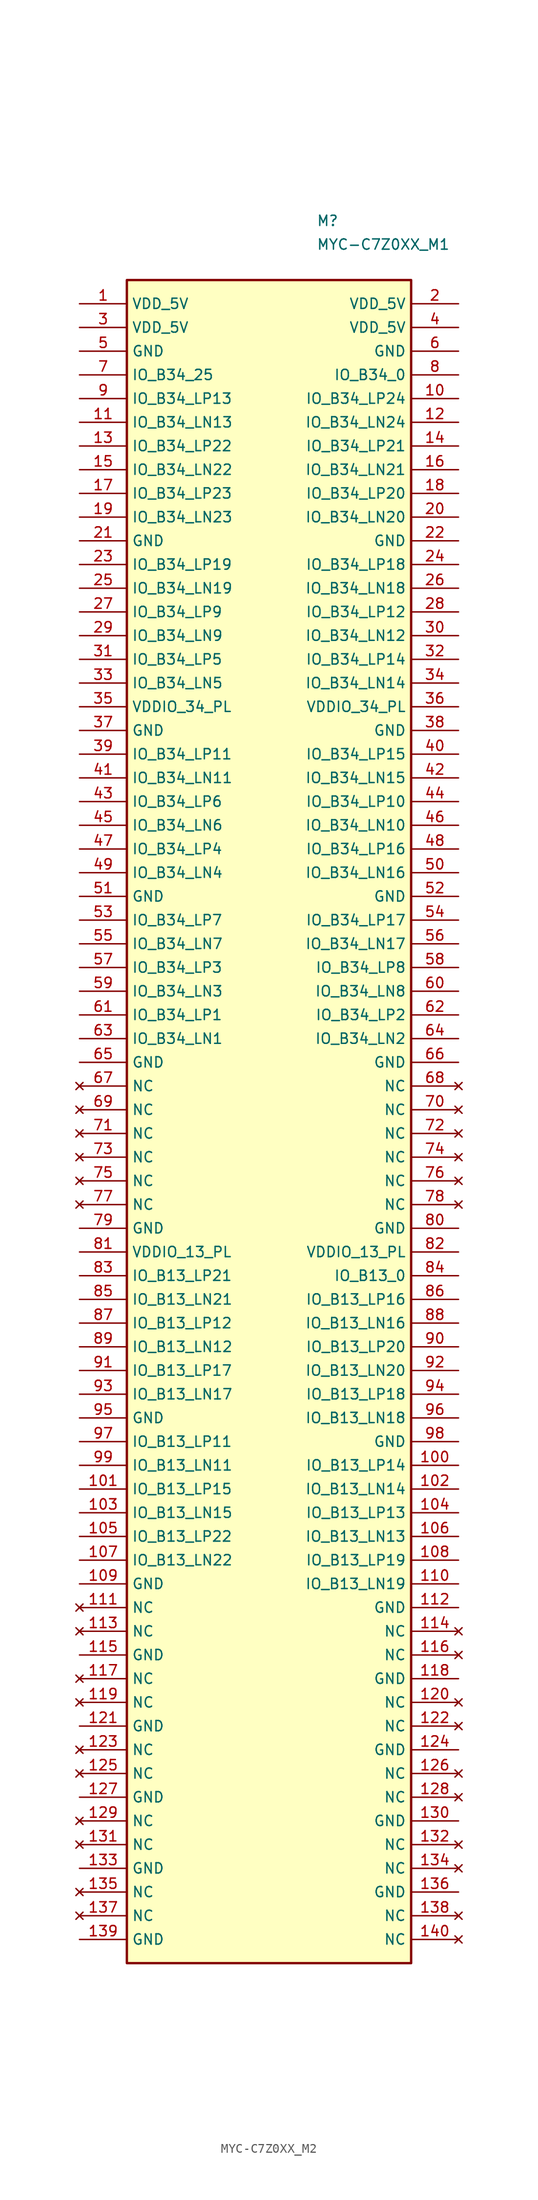
<source format=kicad_sym>
(kicad_symbol_lib
  (version 20231120)
  (generator "kicad_symbol_editor")
  (generator_version "8.0")
  (symbol "MYC-C7Z0XX_M2"
    (property "Reference" "M"
      (at 5.08 6.35 0)
      (effects (font (size 1.1 1.1)) (justify left)))
    (property "Value" "MYC-C7Z0XX_M1"
      (at 5.08 3.81 0)
      (effects (font (size 1.1 1.1)) (justify left)))
    (symbol "MYC-C7Z0XX_M2_1_1"
      (rectangle (start -15.24 0) (end 15.24 -180.34) (stroke (width 0.254) (type solid)) (fill (type background)))
      (pin power_in line (at -20.32 -2.54 0) (length 5.08) (name "VDD_5V" (effects (font (size 1.1 1.1)))) (number "1" (effects (font (size 1.1 1.1)))))
      (pin bidirectional line (at 20.32 -12.7 180) (length 5.08) (name "IO_B34_LP24" (effects (font (size 1.1 1.1)))) (number "10" (effects (font (size 1.1 1.1)))))
      (pin bidirectional line (at 20.32 -127 180) (length 5.08) (name "IO_B13_LP14" (effects (font (size 1.1 1.1)))) (number "100" (effects (font (size 1.1 1.1)))))
      (pin bidirectional line (at -20.32 -129.54 0) (length 5.08) (name "IO_B13_LP15" (effects (font (size 1.1 1.1)))) (number "101" (effects (font (size 1.1 1.1)))))
      (pin bidirectional line (at 20.32 -129.54 180) (length 5.08) (name "IO_B13_LN14" (effects (font (size 1.1 1.1)))) (number "102" (effects (font (size 1.1 1.1)))))
      (pin bidirectional line (at -20.32 -132.08 0) (length 5.08) (name "IO_B13_LN15" (effects (font (size 1.1 1.1)))) (number "103" (effects (font (size 1.1 1.1)))))
      (pin bidirectional line (at 20.32 -132.08 180) (length 5.08) (name "IO_B13_LP13" (effects (font (size 1.1 1.1)))) (number "104" (effects (font (size 1.1 1.1)))))
      (pin bidirectional line (at -20.32 -134.62 0) (length 5.08) (name "IO_B13_LP22" (effects (font (size 1.1 1.1)))) (number "105" (effects (font (size 1.1 1.1)))))
      (pin bidirectional line (at 20.32 -134.62 180) (length 5.08) (name "IO_B13_LN13" (effects (font (size 1.1 1.1)))) (number "106" (effects (font (size 1.1 1.1)))))
      (pin bidirectional line (at -20.32 -137.16 0) (length 5.08) (name "IO_B13_LN22" (effects (font (size 1.1 1.1)))) (number "107" (effects (font (size 1.1 1.1)))))
      (pin bidirectional line (at 20.32 -137.16 180) (length 5.08) (name "IO_B13_LP19" (effects (font (size 1.1 1.1)))) (number "108" (effects (font (size 1.1 1.1)))))
      (pin power_in line (at -20.32 -139.7 0) (length 5.08) (name "GND" (effects (font (size 1.1 1.1)))) (number "109" (effects (font (size 1.1 1.1)))))
      (pin bidirectional line (at -20.32 -15.24 0) (length 5.08) (name "IO_B34_LN13" (effects (font (size 1.1 1.1)))) (number "11" (effects (font (size 1.1 1.1)))))
      (pin bidirectional line (at 20.32 -139.7 180) (length 5.08) (name "IO_B13_LN19" (effects (font (size 1.1 1.1)))) (number "110" (effects (font (size 1.1 1.1)))))
      (pin no_connect line (at -20.32 -142.24 0) (length 5.08) (name "NC" (effects (font (size 1.1 1.1)))) (number "111" (effects (font (size 1.1 1.1)))))
      (pin power_in line (at 20.32 -142.24 180) (length 5.08) (name "GND" (effects (font (size 1.1 1.1)))) (number "112" (effects (font (size 1.1 1.1)))))
      (pin no_connect line (at -20.32 -144.78 0) (length 5.08) (name "NC" (effects (font (size 1.1 1.1)))) (number "113" (effects (font (size 1.1 1.1)))))
      (pin no_connect line (at 20.32 -144.78 180) (length 5.08) (name "NC" (effects (font (size 1.1 1.1)))) (number "114" (effects (font (size 1.1 1.1)))))
      (pin power_in line (at -20.32 -147.32 0) (length 5.08) (name "GND" (effects (font (size 1.1 1.1)))) (number "115" (effects (font (size 1.1 1.1)))))
      (pin no_connect line (at 20.32 -147.32 180) (length 5.08) (name "NC" (effects (font (size 1.1 1.1)))) (number "116" (effects (font (size 1.1 1.1)))))
      (pin no_connect line (at -20.32 -149.86 0) (length 5.08) (name "NC" (effects (font (size 1.1 1.1)))) (number "117" (effects (font (size 1.1 1.1)))))
      (pin power_in line (at 20.32 -149.86 180) (length 5.08) (name "GND" (effects (font (size 1.1 1.1)))) (number "118" (effects (font (size 1.1 1.1)))))
      (pin no_connect line (at -20.32 -152.4 0) (length 5.08) (name "NC" (effects (font (size 1.1 1.1)))) (number "119" (effects (font (size 1.1 1.1)))))
      (pin bidirectional line (at 20.32 -15.24 180) (length 5.08) (name "IO_B34_LN24" (effects (font (size 1.1 1.1)))) (number "12" (effects (font (size 1.1 1.1)))))
      (pin no_connect line (at 20.32 -152.4 180) (length 5.08) (name "NC" (effects (font (size 1.1 1.1)))) (number "120" (effects (font (size 1.1 1.1)))))
      (pin power_in line (at -20.32 -154.94 0) (length 5.08) (name "GND" (effects (font (size 1.1 1.1)))) (number "121" (effects (font (size 1.1 1.1)))))
      (pin no_connect line (at 20.32 -154.94 180) (length 5.08) (name "NC" (effects (font (size 1.1 1.1)))) (number "122" (effects (font (size 1.1 1.1)))))
      (pin no_connect line (at -20.32 -157.48 0) (length 5.08) (name "NC" (effects (font (size 1.1 1.1)))) (number "123" (effects (font (size 1.1 1.1)))))
      (pin power_in line (at 20.32 -157.48 180) (length 5.08) (name "GND" (effects (font (size 1.1 1.1)))) (number "124" (effects (font (size 1.1 1.1)))))
      (pin no_connect line (at -20.32 -160.02 0) (length 5.08) (name "NC" (effects (font (size 1.1 1.1)))) (number "125" (effects (font (size 1.1 1.1)))))
      (pin no_connect line (at 20.32 -160.02 180) (length 5.08) (name "NC" (effects (font (size 1.1 1.1)))) (number "126" (effects (font (size 1.1 1.1)))))
      (pin power_in line (at -20.32 -162.56 0) (length 5.08) (name "GND" (effects (font (size 1.1 1.1)))) (number "127" (effects (font (size 1.1 1.1)))))
      (pin no_connect line (at 20.32 -162.56 180) (length 5.08) (name "NC" (effects (font (size 1.1 1.1)))) (number "128" (effects (font (size 1.1 1.1)))))
      (pin no_connect line (at -20.32 -165.1 0) (length 5.08) (name "NC" (effects (font (size 1.1 1.1)))) (number "129" (effects (font (size 1.1 1.1)))))
      (pin bidirectional line (at -20.32 -17.78 0) (length 5.08) (name "IO_B34_LP22" (effects (font (size 1.1 1.1)))) (number "13" (effects (font (size 1.1 1.1)))))
      (pin power_in line (at 20.32 -165.1 180) (length 5.08) (name "GND" (effects (font (size 1.1 1.1)))) (number "130" (effects (font (size 1.1 1.1)))))
      (pin no_connect line (at -20.32 -167.64 0) (length 5.08) (name "NC" (effects (font (size 1.1 1.1)))) (number "131" (effects (font (size 1.1 1.1)))))
      (pin no_connect line (at 20.32 -167.64 180) (length 5.08) (name "NC" (effects (font (size 1.1 1.1)))) (number "132" (effects (font (size 1.1 1.1)))))
      (pin power_in line (at -20.32 -170.18 0) (length 5.08) (name "GND" (effects (font (size 1.1 1.1)))) (number "133" (effects (font (size 1.1 1.1)))))
      (pin no_connect line (at 20.32 -170.18 180) (length 5.08) (name "NC" (effects (font (size 1.1 1.1)))) (number "134" (effects (font (size 1.1 1.1)))))
      (pin no_connect line (at -20.32 -172.72 0) (length 5.08) (name "NC" (effects (font (size 1.1 1.1)))) (number "135" (effects (font (size 1.1 1.1)))))
      (pin power_in line (at 20.32 -172.72 180) (length 5.08) (name "GND" (effects (font (size 1.1 1.1)))) (number "136" (effects (font (size 1.1 1.1)))))
      (pin no_connect line (at -20.32 -175.26 0) (length 5.08) (name "NC" (effects (font (size 1.1 1.1)))) (number "137" (effects (font (size 1.1 1.1)))))
      (pin no_connect line (at 20.32 -175.26 180) (length 5.08) (name "NC" (effects (font (size 1.1 1.1)))) (number "138" (effects (font (size 1.1 1.1)))))
      (pin power_in line (at -20.32 -177.8 0) (length 5.08) (name "GND" (effects (font (size 1.1 1.1)))) (number "139" (effects (font (size 1.1 1.1)))))
      (pin bidirectional line (at 20.32 -17.78 180) (length 5.08) (name "IO_B34_LP21" (effects (font (size 1.1 1.1)))) (number "14" (effects (font (size 1.1 1.1)))))
      (pin no_connect line (at 20.32 -177.8 180) (length 5.08) (name "NC" (effects (font (size 1.1 1.1)))) (number "140" (effects (font (size 1.1 1.1)))))
      (pin bidirectional line (at -20.32 -20.32 0) (length 5.08) (name "IO_B34_LN22" (effects (font (size 1.1 1.1)))) (number "15" (effects (font (size 1.1 1.1)))))
      (pin bidirectional line (at 20.32 -20.32 180) (length 5.08) (name "IO_B34_LN21" (effects (font (size 1.1 1.1)))) (number "16" (effects (font (size 1.1 1.1)))))
      (pin bidirectional line (at -20.32 -22.86 0) (length 5.08) (name "IO_B34_LP23" (effects (font (size 1.1 1.1)))) (number "17" (effects (font (size 1.1 1.1)))))
      (pin bidirectional line (at 20.32 -22.86 180) (length 5.08) (name "IO_B34_LP20" (effects (font (size 1.1 1.1)))) (number "18" (effects (font (size 1.1 1.1)))))
      (pin bidirectional line (at -20.32 -25.4 0) (length 5.08) (name "IO_B34_LN23" (effects (font (size 1.1 1.1)))) (number "19" (effects (font (size 1.1 1.1)))))
      (pin power_in line (at 20.32 -2.54 180) (length 5.08) (name "VDD_5V" (effects (font (size 1.1 1.1)))) (number "2" (effects (font (size 1.1 1.1)))))
      (pin bidirectional line (at 20.32 -25.4 180) (length 5.08) (name "IO_B34_LN20" (effects (font (size 1.1 1.1)))) (number "20" (effects (font (size 1.1 1.1)))))
      (pin power_in line (at -20.32 -27.94 0) (length 5.08) (name "GND" (effects (font (size 1.1 1.1)))) (number "21" (effects (font (size 1.1 1.1)))))
      (pin power_in line (at 20.32 -27.94 180) (length 5.08) (name "GND" (effects (font (size 1.1 1.1)))) (number "22" (effects (font (size 1.1 1.1)))))
      (pin bidirectional line (at -20.32 -30.48 0) (length 5.08) (name "IO_B34_LP19" (effects (font (size 1.1 1.1)))) (number "23" (effects (font (size 1.1 1.1)))))
      (pin bidirectional line (at 20.32 -30.48 180) (length 5.08) (name "IO_B34_LP18" (effects (font (size 1.1 1.1)))) (number "24" (effects (font (size 1.1 1.1)))))
      (pin bidirectional line (at -20.32 -33.02 0) (length 5.08) (name "IO_B34_LN19" (effects (font (size 1.1 1.1)))) (number "25" (effects (font (size 1.1 1.1)))))
      (pin bidirectional line (at 20.32 -33.02 180) (length 5.08) (name "IO_B34_LN18" (effects (font (size 1.1 1.1)))) (number "26" (effects (font (size 1.1 1.1)))))
      (pin bidirectional line (at -20.32 -35.56 0) (length 5.08) (name "IO_B34_LP9" (effects (font (size 1.1 1.1)))) (number "27" (effects (font (size 1.1 1.1)))))
      (pin bidirectional line (at 20.32 -35.56 180) (length 5.08) (name "IO_B34_LP12" (effects (font (size 1.1 1.1)))) (number "28" (effects (font (size 1.1 1.1)))))
      (pin bidirectional line (at -20.32 -38.1 0) (length 5.08) (name "IO_B34_LN9" (effects (font (size 1.1 1.1)))) (number "29" (effects (font (size 1.1 1.1)))))
      (pin power_in line (at -20.32 -5.08 0) (length 5.08) (name "VDD_5V" (effects (font (size 1.1 1.1)))) (number "3" (effects (font (size 1.1 1.1)))))
      (pin bidirectional line (at 20.32 -38.1 180) (length 5.08) (name "IO_B34_LN12" (effects (font (size 1.1 1.1)))) (number "30" (effects (font (size 1.1 1.1)))))
      (pin bidirectional line (at -20.32 -40.64 0) (length 5.08) (name "IO_B34_LP5" (effects (font (size 1.1 1.1)))) (number "31" (effects (font (size 1.1 1.1)))))
      (pin bidirectional line (at 20.32 -40.64 180) (length 5.08) (name "IO_B34_LP14" (effects (font (size 1.1 1.1)))) (number "32" (effects (font (size 1.1 1.1)))))
      (pin bidirectional line (at -20.32 -43.18 0) (length 5.08) (name "IO_B34_LN5" (effects (font (size 1.1 1.1)))) (number "33" (effects (font (size 1.1 1.1)))))
      (pin bidirectional line (at 20.32 -43.18 180) (length 5.08) (name "IO_B34_LN14" (effects (font (size 1.1 1.1)))) (number "34" (effects (font (size 1.1 1.1)))))
      (pin power_in line (at -20.32 -45.72 0) (length 5.08) (name "VDDIO_34_PL" (effects (font (size 1.1 1.1)))) (number "35" (effects (font (size 1.1 1.1)))))
      (pin power_in line (at 20.32 -45.72 180) (length 5.08) (name "VDDIO_34_PL" (effects (font (size 1.1 1.1)))) (number "36" (effects (font (size 1.1 1.1)))))
      (pin power_in line (at -20.32 -48.26 0) (length 5.08) (name "GND" (effects (font (size 1.1 1.1)))) (number "37" (effects (font (size 1.1 1.1)))))
      (pin power_in line (at 20.32 -48.26 180) (length 5.08) (name "GND" (effects (font (size 1.1 1.1)))) (number "38" (effects (font (size 1.1 1.1)))))
      (pin bidirectional line (at -20.32 -50.8 0) (length 5.08) (name "IO_B34_LP11" (effects (font (size 1.1 1.1)))) (number "39" (effects (font (size 1.1 1.1)))))
      (pin power_in line (at 20.32 -5.08 180) (length 5.08) (name "VDD_5V" (effects (font (size 1.1 1.1)))) (number "4" (effects (font (size 1.1 1.1)))))
      (pin bidirectional line (at 20.32 -50.8 180) (length 5.08) (name "IO_B34_LP15" (effects (font (size 1.1 1.1)))) (number "40" (effects (font (size 1.1 1.1)))))
      (pin bidirectional line (at -20.32 -53.34 0) (length 5.08) (name "IO_B34_LN11" (effects (font (size 1.1 1.1)))) (number "41" (effects (font (size 1.1 1.1)))))
      (pin bidirectional line (at 20.32 -53.34 180) (length 5.08) (name "IO_B34_LN15" (effects (font (size 1.1 1.1)))) (number "42" (effects (font (size 1.1 1.1)))))
      (pin bidirectional line (at -20.32 -55.88 0) (length 5.08) (name "IO_B34_LP6" (effects (font (size 1.1 1.1)))) (number "43" (effects (font (size 1.1 1.1)))))
      (pin bidirectional line (at 20.32 -55.88 180) (length 5.08) (name "IO_B34_LP10" (effects (font (size 1.1 1.1)))) (number "44" (effects (font (size 1.1 1.1)))))
      (pin bidirectional line (at -20.32 -58.42 0) (length 5.08) (name "IO_B34_LN6" (effects (font (size 1.1 1.1)))) (number "45" (effects (font (size 1.1 1.1)))))
      (pin bidirectional line (at 20.32 -58.42 180) (length 5.08) (name "IO_B34_LN10" (effects (font (size 1.1 1.1)))) (number "46" (effects (font (size 1.1 1.1)))))
      (pin bidirectional line (at -20.32 -60.96 0) (length 5.08) (name "IO_B34_LP4" (effects (font (size 1.1 1.1)))) (number "47" (effects (font (size 1.1 1.1)))))
      (pin bidirectional line (at 20.32 -60.96 180) (length 5.08) (name "IO_B34_LP16" (effects (font (size 1.1 1.1)))) (number "48" (effects (font (size 1.1 1.1)))))
      (pin bidirectional line (at -20.32 -63.5 0) (length 5.08) (name "IO_B34_LN4" (effects (font (size 1.1 1.1)))) (number "49" (effects (font (size 1.1 1.1)))))
      (pin power_in line (at -20.32 -7.62 0) (length 5.08) (name "GND" (effects (font (size 1.1 1.1)))) (number "5" (effects (font (size 1.1 1.1)))))
      (pin bidirectional line (at 20.32 -63.5 180) (length 5.08) (name "IO_B34_LN16" (effects (font (size 1.1 1.1)))) (number "50" (effects (font (size 1.1 1.1)))))
      (pin power_in line (at -20.32 -66.04 0) (length 5.08) (name "GND" (effects (font (size 1.1 1.1)))) (number "51" (effects (font (size 1.1 1.1)))))
      (pin power_in line (at 20.32 -66.04 180) (length 5.08) (name "GND" (effects (font (size 1.1 1.1)))) (number "52" (effects (font (size 1.1 1.1)))))
      (pin bidirectional line (at -20.32 -68.58 0) (length 5.08) (name "IO_B34_LP7" (effects (font (size 1.1 1.1)))) (number "53" (effects (font (size 1.1 1.1)))))
      (pin bidirectional line (at 20.32 -68.58 180) (length 5.08) (name "IO_B34_LP17" (effects (font (size 1.1 1.1)))) (number "54" (effects (font (size 1.1 1.1)))))
      (pin bidirectional line (at -20.32 -71.12 0) (length 5.08) (name "IO_B34_LN7" (effects (font (size 1.1 1.1)))) (number "55" (effects (font (size 1.1 1.1)))))
      (pin bidirectional line (at 20.32 -71.12 180) (length 5.08) (name "IO_B34_LN17" (effects (font (size 1.1 1.1)))) (number "56" (effects (font (size 1.1 1.1)))))
      (pin bidirectional line (at -20.32 -73.66 0) (length 5.08) (name "IO_B34_LP3" (effects (font (size 1.1 1.1)))) (number "57" (effects (font (size 1.1 1.1)))))
      (pin bidirectional line (at 20.32 -73.66 180) (length 5.08) (name "IO_B34_LP8" (effects (font (size 1.1 1.1)))) (number "58" (effects (font (size 1.1 1.1)))))
      (pin bidirectional line (at -20.32 -76.2 0) (length 5.08) (name "IO_B34_LN3" (effects (font (size 1.1 1.1)))) (number "59" (effects (font (size 1.1 1.1)))))
      (pin power_in line (at 20.32 -7.62 180) (length 5.08) (name "GND" (effects (font (size 1.1 1.1)))) (number "6" (effects (font (size 1.1 1.1)))))
      (pin bidirectional line (at 20.32 -76.2 180) (length 5.08) (name "IO_B34_LN8" (effects (font (size 1.1 1.1)))) (number "60" (effects (font (size 1.1 1.1)))))
      (pin bidirectional line (at -20.32 -78.74 0) (length 5.08) (name "IO_B34_LP1" (effects (font (size 1.1 1.1)))) (number "61" (effects (font (size 1.1 1.1)))))
      (pin bidirectional line (at 20.32 -78.74 180) (length 5.08) (name "IO_B34_LP2" (effects (font (size 1.1 1.1)))) (number "62" (effects (font (size 1.1 1.1)))))
      (pin bidirectional line (at -20.32 -81.28 0) (length 5.08) (name "IO_B34_LN1" (effects (font (size 1.1 1.1)))) (number "63" (effects (font (size 1.1 1.1)))))
      (pin bidirectional line (at 20.32 -81.28 180) (length 5.08) (name "IO_B34_LN2" (effects (font (size 1.1 1.1)))) (number "64" (effects (font (size 1.1 1.1)))))
      (pin power_in line (at -20.32 -83.82 0) (length 5.08) (name "GND" (effects (font (size 1.1 1.1)))) (number "65" (effects (font (size 1.1 1.1)))))
      (pin power_in line (at 20.32 -83.82 180) (length 5.08) (name "GND" (effects (font (size 1.1 1.1)))) (number "66" (effects (font (size 1.1 1.1)))))
      (pin no_connect line (at -20.32 -86.36 0) (length 5.08) (name "NC" (effects (font (size 1.1 1.1)))) (number "67" (effects (font (size 1.1 1.1)))))
      (pin no_connect line (at 20.32 -86.36 180) (length 5.08) (name "NC" (effects (font (size 1.1 1.1)))) (number "68" (effects (font (size 1.1 1.1)))))
      (pin no_connect line (at -20.32 -88.9 0) (length 5.08) (name "NC" (effects (font (size 1.1 1.1)))) (number "69" (effects (font (size 1.1 1.1)))))
      (pin bidirectional line (at -20.32 -10.16 0) (length 5.08) (name "IO_B34_25" (effects (font (size 1.1 1.1)))) (number "7" (effects (font (size 1.1 1.1)))))
      (pin no_connect line (at 20.32 -88.9 180) (length 5.08) (name "NC" (effects (font (size 1.1 1.1)))) (number "70" (effects (font (size 1.1 1.1)))))
      (pin no_connect line (at -20.32 -91.44 0) (length 5.08) (name "NC" (effects (font (size 1.1 1.1)))) (number "71" (effects (font (size 1.1 1.1)))))
      (pin no_connect line (at 20.32 -91.44 180) (length 5.08) (name "NC" (effects (font (size 1.1 1.1)))) (number "72" (effects (font (size 1.1 1.1)))))
      (pin no_connect line (at -20.32 -93.98 0) (length 5.08) (name "NC" (effects (font (size 1.1 1.1)))) (number "73" (effects (font (size 1.1 1.1)))))
      (pin no_connect line (at 20.32 -93.98 180) (length 5.08) (name "NC" (effects (font (size 1.1 1.1)))) (number "74" (effects (font (size 1.1 1.1)))))
      (pin no_connect line (at -20.32 -96.52 0) (length 5.08) (name "NC" (effects (font (size 1.1 1.1)))) (number "75" (effects (font (size 1.1 1.1)))))
      (pin no_connect line (at 20.32 -96.52 180) (length 5.08) (name "NC" (effects (font (size 1.1 1.1)))) (number "76" (effects (font (size 1.1 1.1)))))
      (pin no_connect line (at -20.32 -99.06 0) (length 5.08) (name "NC" (effects (font (size 1.1 1.1)))) (number "77" (effects (font (size 1.1 1.1)))))
      (pin no_connect line (at 20.32 -99.06 180) (length 5.08) (name "NC" (effects (font (size 1.1 1.1)))) (number "78" (effects (font (size 1.1 1.1)))))
      (pin power_in line (at -20.32 -101.6 0) (length 5.08) (name "GND" (effects (font (size 1.1 1.1)))) (number "79" (effects (font (size 1.1 1.1)))))
      (pin bidirectional line (at 20.32 -10.16 180) (length 5.08) (name "IO_B34_0" (effects (font (size 1.1 1.1)))) (number "8" (effects (font (size 1.1 1.1)))))
      (pin power_in line (at 20.32 -101.6 180) (length 5.08) (name "GND" (effects (font (size 1.1 1.1)))) (number "80" (effects (font (size 1.1 1.1)))))
      (pin power_in line (at -20.32 -104.14 0) (length 5.08) (name "VDDIO_13_PL" (effects (font (size 1.1 1.1)))) (number "81" (effects (font (size 1.1 1.1)))))
      (pin power_in line (at 20.32 -104.14 180) (length 5.08) (name "VDDIO_13_PL" (effects (font (size 1.1 1.1)))) (number "82" (effects (font (size 1.1 1.1)))))
      (pin bidirectional line (at -20.32 -106.68 0) (length 5.08) (name "IO_B13_LP21" (effects (font (size 1.1 1.1)))) (number "83" (effects (font (size 1.1 1.1)))))
      (pin bidirectional line (at 20.32 -106.68 180) (length 5.08) (name "IO_B13_0" (effects (font (size 1.1 1.1)))) (number "84" (effects (font (size 1.1 1.1)))))
      (pin bidirectional line (at -20.32 -109.22 0) (length 5.08) (name "IO_B13_LN21" (effects (font (size 1.1 1.1)))) (number "85" (effects (font (size 1.1 1.1)))))
      (pin bidirectional line (at 20.32 -109.22 180) (length 5.08) (name "IO_B13_LP16" (effects (font (size 1.1 1.1)))) (number "86" (effects (font (size 1.1 1.1)))))
      (pin bidirectional line (at -20.32 -111.76 0) (length 5.08) (name "IO_B13_LP12" (effects (font (size 1.1 1.1)))) (number "87" (effects (font (size 1.1 1.1)))))
      (pin bidirectional line (at 20.32 -111.76 180) (length 5.08) (name "IO_B13_LN16" (effects (font (size 1.1 1.1)))) (number "88" (effects (font (size 1.1 1.1)))))
      (pin bidirectional line (at -20.32 -114.3 0) (length 5.08) (name "IO_B13_LN12" (effects (font (size 1.1 1.1)))) (number "89" (effects (font (size 1.1 1.1)))))
      (pin bidirectional line (at -20.32 -12.7 0) (length 5.08) (name "IO_B34_LP13" (effects (font (size 1.1 1.1)))) (number "9" (effects (font (size 1.1 1.1)))))
      (pin bidirectional line (at 20.32 -114.3 180) (length 5.08) (name "IO_B13_LP20" (effects (font (size 1.1 1.1)))) (number "90" (effects (font (size 1.1 1.1)))))
      (pin bidirectional line (at -20.32 -116.84 0) (length 5.08) (name "IO_B13_LP17" (effects (font (size 1.1 1.1)))) (number "91" (effects (font (size 1.1 1.1)))))
      (pin bidirectional line (at 20.32 -116.84 180) (length 5.08) (name "IO_B13_LN20" (effects (font (size 1.1 1.1)))) (number "92" (effects (font (size 1.1 1.1)))))
      (pin bidirectional line (at -20.32 -119.38 0) (length 5.08) (name "IO_B13_LN17" (effects (font (size 1.1 1.1)))) (number "93" (effects (font (size 1.1 1.1)))))
      (pin bidirectional line (at 20.32 -119.38 180) (length 5.08) (name "IO_B13_LP18" (effects (font (size 1.1 1.1)))) (number "94" (effects (font (size 1.1 1.1)))))
      (pin power_in line (at -20.32 -121.92 0) (length 5.08) (name "GND" (effects (font (size 1.1 1.1)))) (number "95" (effects (font (size 1.1 1.1)))))
      (pin bidirectional line (at 20.32 -121.92 180) (length 5.08) (name "IO_B13_LN18" (effects (font (size 1.1 1.1)))) (number "96" (effects (font (size 1.1 1.1)))))
      (pin bidirectional line (at -20.32 -124.46 0) (length 5.08) (name "IO_B13_LP11" (effects (font (size 1.1 1.1)))) (number "97" (effects (font (size 1.1 1.1)))))
      (pin power_in line (at 20.32 -124.46 180) (length 5.08) (name "GND" (effects (font (size 1.1 1.1)))) (number "98" (effects (font (size 1.1 1.1)))))
      (pin bidirectional line (at -20.32 -127 0) (length 5.08) (name "IO_B13_LN11" (effects (font (size 1.1 1.1)))) (number "99" (effects (font (size 1.1 1.1))))))))
</source>
